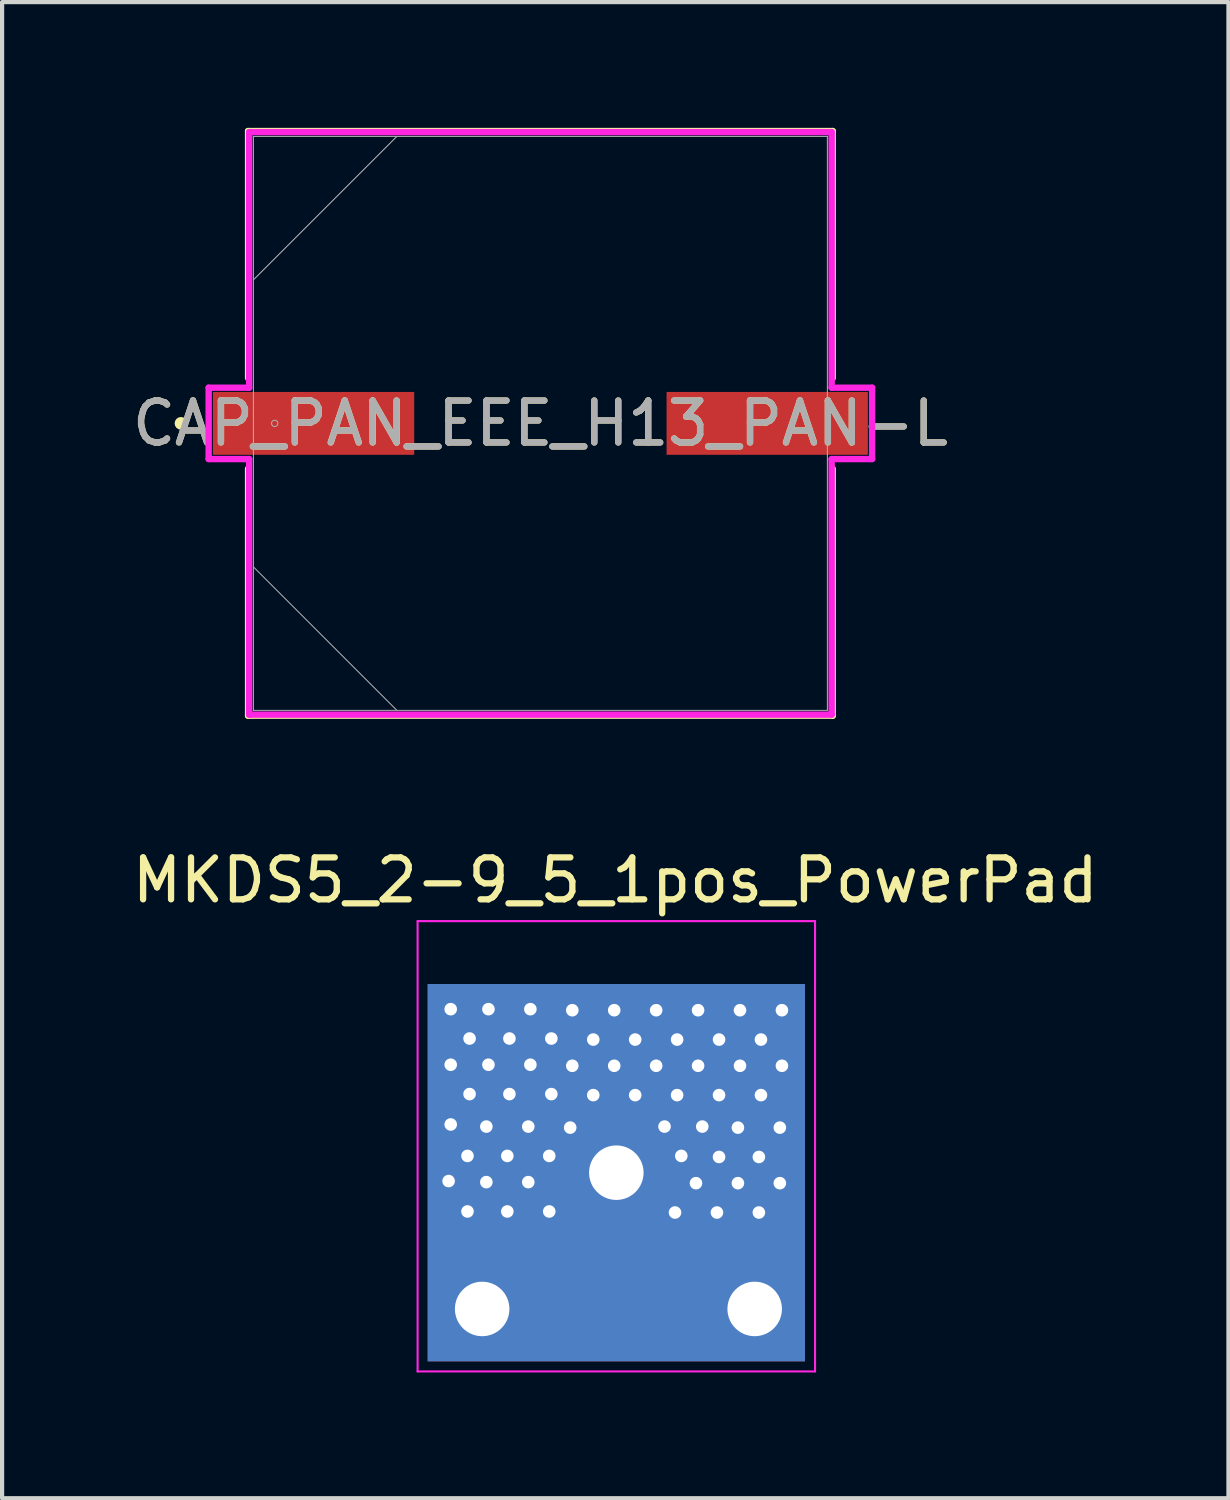
<source format=kicad_pcb>
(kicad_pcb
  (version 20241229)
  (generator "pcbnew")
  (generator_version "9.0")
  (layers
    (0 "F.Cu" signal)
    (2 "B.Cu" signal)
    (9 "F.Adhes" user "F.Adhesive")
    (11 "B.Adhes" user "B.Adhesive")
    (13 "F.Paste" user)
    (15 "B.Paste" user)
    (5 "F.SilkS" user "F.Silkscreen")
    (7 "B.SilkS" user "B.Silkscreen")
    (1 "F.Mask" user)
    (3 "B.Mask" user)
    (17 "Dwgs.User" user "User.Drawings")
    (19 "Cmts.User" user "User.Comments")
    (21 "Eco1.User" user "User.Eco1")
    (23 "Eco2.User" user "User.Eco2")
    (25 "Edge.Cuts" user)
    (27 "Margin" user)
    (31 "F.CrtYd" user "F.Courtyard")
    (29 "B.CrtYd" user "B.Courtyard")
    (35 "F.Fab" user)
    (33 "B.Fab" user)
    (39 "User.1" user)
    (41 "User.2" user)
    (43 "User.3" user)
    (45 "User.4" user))
  (footprint "MKDS5_2-9_5_1pos_PowerPad"
    (layer "F.Cu")
    (at 11.65 24.92)
    (property "Reference" "MKDS5_2-9_5_1pos_PowerPad" (at -0.025 -6.975 0) (layer "F.SilkS") (effects (font (size 1 1) (thickness 0.15))))
    (attr through_hole)
    (fp_line (start -4.74 -6) (end 4.74 -6) (stroke (width 0.05) (type solid)) (layer "F.CrtYd"))
    (fp_line (start -4.74 4.74) (end -4.74 -6) (stroke (width 0.05) (type solid)) (layer "F.CrtYd"))
    (fp_line (start -4.74 4.74) (end 4.74 4.74) (stroke (width 0.05) (type solid)) (layer "F.CrtYd"))
    (fp_line (start 4.74 -6) (end 4.74 4.74) (stroke (width 0.05) (type solid)) (layer "F.CrtYd"))
    (pad "1" thru_hole circle (at -4 0.2) (size 0.6 0.6) (drill 0.3) (layers "*.Cu"))
    (pad "1" thru_hole circle (at -3.95 -3.9) (size 0.6 0.6) (drill 0.3) (layers "*.Cu"))
    (pad "1" thru_hole circle (at -3.95 -2.575) (size 0.6 0.6) (drill 0.3) (layers "*.Cu"))
    (pad "1" thru_hole circle (at -3.95 -1.15) (size 0.6 0.6) (drill 0.3) (layers "*.Cu"))
    (pad "1" thru_hole circle (at -3.55 -0.4) (size 0.6 0.6) (drill 0.3) (layers "*.Cu"))
    (pad "1" thru_hole circle (at -3.55 0.925) (size 0.6 0.6) (drill 0.3) (layers "*.Cu"))
    (pad "1" thru_hole circle (at -3.5 -3.2) (size 0.6 0.6) (drill 0.3) (layers "*.Cu"))
    (pad "1" thru_hole circle (at -3.5 -1.875) (size 0.6 0.6) (drill 0.3) (layers "*.Cu"))
    (pad "1" thru_hole circle (at -3.2 3.25) (size 2.3 2.3) (drill 1.3) (layers "*.Cu"))
    (pad "1" thru_hole circle (at -3.1 -1.1) (size 0.6 0.6) (drill 0.3) (layers "*.Cu"))
    (pad "1" thru_hole circle (at -3.1 0.225) (size 0.6 0.6) (drill 0.3) (layers "*.Cu"))
    (pad "1" thru_hole circle (at -3.05 -3.9) (size 0.6 0.6) (drill 0.3) (layers "*.Cu"))
    (pad "1" thru_hole circle (at -3.05 -2.575) (size 0.6 0.6) (drill 0.3) (layers "*.Cu"))
    (pad "1" thru_hole circle (at -2.6 -0.4) (size 0.6 0.6) (drill 0.3) (layers "*.Cu"))
    (pad "1" thru_hole circle (at -2.6 0.925) (size 0.6 0.6) (drill 0.3) (layers "*.Cu"))
    (pad "1" thru_hole circle (at -2.55 -3.2) (size 0.6 0.6) (drill 0.3) (layers "*.Cu"))
    (pad "1" thru_hole circle (at -2.55 -1.875) (size 0.6 0.6) (drill 0.3) (layers "*.Cu"))
    (pad "1" thru_hole circle (at -2.1 -1.1) (size 0.6 0.6) (drill 0.3) (layers "*.Cu"))
    (pad "1" thru_hole circle (at -2.1 0.225) (size 0.6 0.6) (drill 0.3) (layers "*.Cu"))
    (pad "1" thru_hole circle (at -2.05 -3.9) (size 0.6 0.6) (drill 0.3) (layers "*.Cu"))
    (pad "1" thru_hole circle (at -2.05 -2.575) (size 0.6 0.6) (drill 0.3) (layers "*.Cu"))
    (pad "1" thru_hole circle (at -1.6 -0.4) (size 0.6 0.6) (drill 0.3) (layers "*.Cu"))
    (pad "1" thru_hole circle (at -1.6 0.925) (size 0.6 0.6) (drill 0.3) (layers "*.Cu"))
    (pad "1" thru_hole circle (at -1.55 -3.2) (size 0.6 0.6) (drill 0.3) (layers "*.Cu"))
    (pad "1" thru_hole circle (at -1.55 -1.875) (size 0.6 0.6) (drill 0.3) (layers "*.Cu"))
    (pad "1" thru_hole circle (at -1.1 -1.075) (size 0.6 0.6) (drill 0.3) (layers "*.Cu"))
    (pad "1" thru_hole circle (at -1.05 -3.875) (size 0.6 0.6) (drill 0.3) (layers "*.Cu"))
    (pad "1" thru_hole circle (at -1.05 -2.55) (size 0.6 0.6) (drill 0.3) (layers "*.Cu"))
    (pad "1" thru_hole circle (at -0.55 -3.175) (size 0.6 0.6) (drill 0.3) (layers "*.Cu"))
    (pad "1" thru_hole circle (at -0.55 -1.85) (size 0.6 0.6) (drill 0.3) (layers "*.Cu"))
    (pad "1" thru_hole circle (at -0.05 -3.875) (size 0.6 0.6) (drill 0.3) (layers "*.Cu"))
    (pad "1" thru_hole circle (at -0.05 -2.55) (size 0.6 0.6) (drill 0.3) (layers "*.Cu"))
    (pad "1" thru_hole circle (at 0 0) (size 2.3 2.3) (drill 1.3) (layers "*.Cu" "*.Mask"))
    (pad "1" smd rect (at 0 0) (size 9 9) (layers "F.Cu" "F.Mask"))
    (pad "1" smd rect (at 0 0) (size 9 9) (layers "B.Cu" "B.Mask"))
    (pad "1" thru_hole circle (at 0.45 -3.175) (size 0.6 0.6) (drill 0.3) (layers "*.Cu"))
    (pad "1" thru_hole circle (at 0.45 -1.85) (size 0.6 0.6) (drill 0.3) (layers "*.Cu"))
    (pad "1" thru_hole circle (at 0.95 -3.875) (size 0.6 0.6) (drill 0.3) (layers "*.Cu"))
    (pad "1" thru_hole circle (at 0.95 -2.55) (size 0.6 0.6) (drill 0.3) (layers "*.Cu"))
    (pad "1" thru_hole circle (at 1.15 -1.1) (size 0.6 0.6) (drill 0.3) (layers "*.Cu"))
    (pad "1" thru_hole circle (at 1.4 0.95) (size 0.6 0.6) (drill 0.3) (layers "*.Cu"))
    (pad "1" thru_hole circle (at 1.45 -3.175) (size 0.6 0.6) (drill 0.3) (layers "*.Cu"))
    (pad "1" thru_hole circle (at 1.45 -1.85) (size 0.6 0.6) (drill 0.3) (layers "*.Cu"))
    (pad "1" thru_hole circle (at 1.55 -0.4) (size 0.6 0.6) (drill 0.3) (layers "*.Cu"))
    (pad "1" thru_hole circle (at 1.9 0.25) (size 0.6 0.6) (drill 0.3) (layers "*.Cu"))
    (pad "1" thru_hole circle (at 1.95 -3.875) (size 0.6 0.6) (drill 0.3) (layers "*.Cu"))
    (pad "1" thru_hole circle (at 1.95 -2.55) (size 0.6 0.6) (drill 0.3) (layers "*.Cu"))
    (pad "1" thru_hole circle (at 2.05 -1.1) (size 0.6 0.6) (drill 0.3) (layers "*.Cu"))
    (pad "1" thru_hole circle (at 2.4 0.95) (size 0.6 0.6) (drill 0.3) (layers "*.Cu"))
    (pad "1" thru_hole circle (at 2.45 -3.175) (size 0.6 0.6) (drill 0.3) (layers "*.Cu"))
    (pad "1" thru_hole circle (at 2.45 -1.85) (size 0.6 0.6) (drill 0.3) (layers "*.Cu"))
    (pad "1" thru_hole circle (at 2.45 -0.375) (size 0.6 0.6) (drill 0.3) (layers "*.Cu"))
    (pad "1" thru_hole circle (at 2.9 -1.075) (size 0.6 0.6) (drill 0.3) (layers "*.Cu"))
    (pad "1" thru_hole circle (at 2.9 0.25) (size 0.6 0.6) (drill 0.3) (layers "*.Cu"))
    (pad "1" thru_hole circle (at 2.95 -3.875) (size 0.6 0.6) (drill 0.3) (layers "*.Cu"))
    (pad "1" thru_hole circle (at 2.95 -2.55) (size 0.6 0.6) (drill 0.3) (layers "*.Cu"))
    (pad "1" thru_hole circle (at 3.3 3.25) (size 2.3 2.3) (drill 1.3) (layers "*.Cu"))
    (pad "1" thru_hole circle (at 3.4 -0.375) (size 0.6 0.6) (drill 0.3) (layers "*.Cu"))
    (pad "1" thru_hole circle (at 3.4 0.95) (size 0.6 0.6) (drill 0.3) (layers "*.Cu"))
    (pad "1" thru_hole circle (at 3.45 -3.175) (size 0.6 0.6) (drill 0.3) (layers "*.Cu"))
    (pad "1" thru_hole circle (at 3.45 -1.85) (size 0.6 0.6) (drill 0.3) (layers "*.Cu"))
    (pad "1" thru_hole circle (at 3.9 -1.075) (size 0.6 0.6) (drill 0.3) (layers "*.Cu"))
    (pad "1" thru_hole circle (at 3.9 0.25) (size 0.6 0.6) (drill 0.3) (layers "*.Cu"))
    (pad "1" thru_hole circle (at 3.95 -3.875) (size 0.6 0.6) (drill 0.3) (layers "*.Cu"))
    (pad "1" thru_hole circle (at 3.95 -2.55) (size 0.6 0.6) (drill 0.3) (layers "*.Cu")))
  (footprint "CAP_PAN_EEE_H13_PAN-L"
    (layer "F.Cu")
    (at 9.839 7.048)
    (property "Reference" "CAP_PAN_EEE_H13_PAN-L" (at 0 0 0) (unlocked yes) (layer "F.SilkS") (effects (font (size 1 1) (thickness 0.15))))
    (attr smd)
    (fp_line (start -6.972 -6.972) (end -6.972 -1.082) (stroke (width 0.152) (type solid)) (layer "F.SilkS"))
    (fp_line (start -6.972 1.082) (end -6.972 6.972) (stroke (width 0.152) (type solid)) (layer "F.SilkS"))
    (fp_line (start -6.972 6.972) (end 6.972 6.972) (stroke (width 0.152) (type solid)) (layer "F.SilkS"))
    (fp_line (start 6.972 -6.972) (end -6.972 -6.972) (stroke (width 0.152) (type solid)) (layer "F.SilkS"))
    (fp_line (start 6.972 -1.082) (end 6.972 -6.972) (stroke (width 0.152) (type solid)) (layer "F.SilkS"))
    (fp_line (start 6.972 6.972) (end 6.972 1.082) (stroke (width 0.152) (type solid)) (layer "F.SilkS"))
    (fp_circle (center -8.572 0) (end -8.496 0) (stroke (width 0.152) (type solid)) (fill no) (layer "F.SilkS"))
    (fp_line (start -7.912 -0.851) (end -6.947 -0.851) (stroke (width 0.152) (type solid)) (layer "F.CrtYd"))
    (fp_line (start -7.912 0.851) (end -7.912 -0.851) (stroke (width 0.152) (type solid)) (layer "F.CrtYd"))
    (fp_line (start -6.947 -6.947) (end 6.947 -6.947) (stroke (width 0.152) (type solid)) (layer "F.CrtYd"))
    (fp_line (start -6.947 -0.851) (end -6.947 -6.947) (stroke (width 0.152) (type solid)) (layer "F.CrtYd"))
    (fp_line (start -6.947 0.851) (end -7.912 0.851) (stroke (width 0.152) (type solid)) (layer "F.CrtYd"))
    (fp_line (start -6.947 6.947) (end -6.947 0.851) (stroke (width 0.152) (type solid)) (layer "F.CrtYd"))
    (fp_line (start 6.947 -6.947) (end 6.947 -0.851) (stroke (width 0.152) (type solid)) (layer "F.CrtYd"))
    (fp_line (start 6.947 -0.851) (end 7.912 -0.851) (stroke (width 0.152) (type solid)) (layer "F.CrtYd"))
    (fp_line (start 6.947 0.851) (end 6.947 6.947) (stroke (width 0.152) (type solid)) (layer "F.CrtYd"))
    (fp_line (start 6.947 6.947) (end -6.947 6.947) (stroke (width 0.152) (type solid)) (layer "F.CrtYd"))
    (fp_line (start 7.912 -0.851) (end 7.912 0.851) (stroke (width 0.152) (type solid)) (layer "F.CrtYd"))
    (fp_line (start 7.912 0.851) (end 6.947 0.851) (stroke (width 0.152) (type solid)) (layer "F.CrtYd"))
    (fp_line (start -6.845 -6.845) (end -6.845 6.845) (stroke (width 0.025) (type solid)) (layer "F.Fab"))
    (fp_line (start -6.845 -3.423) (end -3.423 -6.845) (stroke (width 0.025) (type solid)) (layer "F.Fab"))
    (fp_line (start -6.845 3.423) (end -3.423 6.845) (stroke (width 0.025) (type solid)) (layer "F.Fab"))
    (fp_line (start -6.845 6.845) (end 6.845 6.845) (stroke (width 0.025) (type solid)) (layer "F.Fab"))
    (fp_line (start 6.845 -6.845) (end -6.845 -6.845) (stroke (width 0.025) (type solid)) (layer "F.Fab"))
    (fp_line (start 6.845 6.845) (end 6.845 -6.845) (stroke (width 0.025) (type solid)) (layer "F.Fab"))
    (fp_circle (center -6.337 0) (end -6.261 0) (stroke (width 0.025) (type solid)) (fill no) (layer "F.Fab"))
    (fp_text user "${REFERENCE}" (at 0 0 0) (unlocked yes) (layer "F.Fab") (effects (font (size 1 1) (thickness 0.15))))
    (pad "1" smd rect (at -5.41 0) (size 4.801 1.499) (layers "F.Cu" "F.Mask" "F.Paste"))
    (pad "2" smd rect (at 5.41 0) (size 4.801 1.499) (layers "F.Cu" "F.Mask" "F.Paste")))
  (gr_rect
    (start -3 -3)
    (end 26.25 32.685)
    (stroke (width 0.1) (type default))
    (fill no)
    (layer "Edge.Cuts")))
</source>
